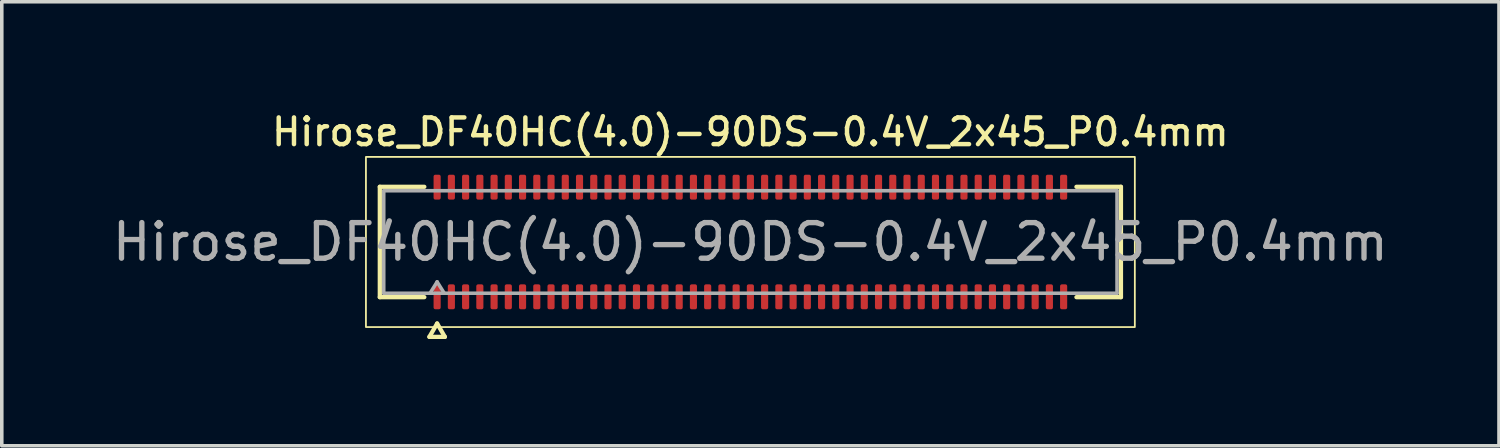
<source format=kicad_pcb>
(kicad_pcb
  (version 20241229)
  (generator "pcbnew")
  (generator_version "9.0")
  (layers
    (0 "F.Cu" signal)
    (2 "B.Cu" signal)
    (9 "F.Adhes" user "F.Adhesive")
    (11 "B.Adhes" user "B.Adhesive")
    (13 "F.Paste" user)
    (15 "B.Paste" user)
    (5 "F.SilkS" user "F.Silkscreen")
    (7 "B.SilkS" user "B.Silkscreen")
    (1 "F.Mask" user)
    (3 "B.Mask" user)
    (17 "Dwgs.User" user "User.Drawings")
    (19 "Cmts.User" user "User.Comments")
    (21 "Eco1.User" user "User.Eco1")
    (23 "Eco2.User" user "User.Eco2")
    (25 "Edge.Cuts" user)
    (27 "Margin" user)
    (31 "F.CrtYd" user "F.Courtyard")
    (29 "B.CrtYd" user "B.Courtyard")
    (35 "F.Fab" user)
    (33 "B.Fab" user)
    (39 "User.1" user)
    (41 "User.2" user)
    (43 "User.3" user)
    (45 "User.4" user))
  (footprint "Hirose_DF40HC(4.0)-90DS-0.4V_2x45_P0.4mm"
    (layer "F.Cu")
    (at 18.03 3.748)
    (property "Reference" "Hirose_DF40HC(4.0)-90DS-0.4V_2x45_P0.4mm" (at 0 -3.09 0) (layer "F.SilkS") (effects (font (size 0.75 0.75) (thickness 0.125))))
    (attr smd)
    (fp_line (start -10.41 -1.55) (end -9.16 -1.55) (stroke (width 0.12) (type solid)) (layer "F.SilkS"))
    (fp_line (start -10.41 1.55) (end -10.41 -1.55) (stroke (width 0.12) (type solid)) (layer "F.SilkS"))
    (fp_line (start -9.16 1.55) (end -10.41 1.55) (stroke (width 0.12) (type solid)) (layer "F.SilkS"))
    (fp_line (start -9.017 2.665) (end -8.8 2.29) (stroke (width 0.12) (type solid)) (layer "F.SilkS"))
    (fp_line (start -8.8 2.29) (end -8.583 2.665) (stroke (width 0.12) (type solid)) (layer "F.SilkS"))
    (fp_line (start -8.583 2.665) (end -9.017 2.665) (stroke (width 0.12) (type solid)) (layer "F.SilkS"))
    (fp_line (start 9.16 -1.55) (end 10.41 -1.55) (stroke (width 0.12) (type solid)) (layer "F.SilkS"))
    (fp_line (start 10.41 -1.55) (end 10.41 1.55) (stroke (width 0.12) (type solid)) (layer "F.SilkS"))
    (fp_line (start 10.41 1.55) (end 9.16 1.55) (stroke (width 0.12) (type solid)) (layer "F.SilkS"))
    (fp_rect (start -10.8 -2.39) (end 10.8 2.39) (stroke (width 0.05) (type solid)) (fill no) (layer "F.SilkS"))
    (fp_line (start -10.3 -1.44) (end 10.3 -1.44) (stroke (width 0.1) (type solid)) (layer "F.Fab"))
    (fp_line (start -10.3 1.44) (end -10.3 -1.44) (stroke (width 0.1) (type solid)) (layer "F.Fab"))
    (fp_line (start -9 1.44) (end -8.8 1.12) (stroke (width 0.1) (type solid)) (layer "F.Fab"))
    (fp_line (start -8.8 1.12) (end -8.6 1.44) (stroke (width 0.1) (type solid)) (layer "F.Fab"))
    (fp_line (start 10.3 -1.44) (end 10.3 1.44) (stroke (width 0.1) (type solid)) (layer "F.Fab"))
    (fp_line (start 10.3 1.44) (end -10.3 1.44) (stroke (width 0.1) (type solid)) (layer "F.Fab"))
    (fp_text user "${REFERENCE}" (at 0 0 0) (layer "F.Fab") (effects (font (size 1 1) (thickness 0.15))))
    (pad "1" smd roundrect (at -8.8 1.54) (size 0.2 0.7) (layers "F.Cu" "F.Mask" "F.Paste") (roundrect_rratio 0.25))
    (pad "2" smd roundrect (at -8.8 -1.54) (size 0.2 0.7) (layers "F.Cu" "F.Mask" "F.Paste") (roundrect_rratio 0.25))
    (pad "3" smd roundrect (at -8.4 1.54) (size 0.2 0.7) (layers "F.Cu" "F.Mask" "F.Paste") (roundrect_rratio 0.25))
    (pad "4" smd roundrect (at -8.4 -1.54) (size 0.2 0.7) (layers "F.Cu" "F.Mask" "F.Paste") (roundrect_rratio 0.25))
    (pad "5" smd roundrect (at -8 1.54) (size 0.2 0.7) (layers "F.Cu" "F.Mask" "F.Paste") (roundrect_rratio 0.25))
    (pad "6" smd roundrect (at -8 -1.54) (size 0.2 0.7) (layers "F.Cu" "F.Mask" "F.Paste") (roundrect_rratio 0.25))
    (pad "7" smd roundrect (at -7.6 1.54) (size 0.2 0.7) (layers "F.Cu" "F.Mask" "F.Paste") (roundrect_rratio 0.25))
    (pad "8" smd roundrect (at -7.6 -1.54) (size 0.2 0.7) (layers "F.Cu" "F.Mask" "F.Paste") (roundrect_rratio 0.25))
    (pad "9" smd roundrect (at -7.2 1.54) (size 0.2 0.7) (layers "F.Cu" "F.Mask" "F.Paste") (roundrect_rratio 0.25))
    (pad "10" smd roundrect (at -7.2 -1.54) (size 0.2 0.7) (layers "F.Cu" "F.Mask" "F.Paste") (roundrect_rratio 0.25))
    (pad "11" smd roundrect (at -6.8 1.54) (size 0.2 0.7) (layers "F.Cu" "F.Mask" "F.Paste") (roundrect_rratio 0.25))
    (pad "12" smd roundrect (at -6.8 -1.54) (size 0.2 0.7) (layers "F.Cu" "F.Mask" "F.Paste") (roundrect_rratio 0.25))
    (pad "13" smd roundrect (at -6.4 1.54) (size 0.2 0.7) (layers "F.Cu" "F.Mask" "F.Paste") (roundrect_rratio 0.25))
    (pad "14" smd roundrect (at -6.4 -1.54) (size 0.2 0.7) (layers "F.Cu" "F.Mask" "F.Paste") (roundrect_rratio 0.25))
    (pad "15" smd roundrect (at -6 1.54) (size 0.2 0.7) (layers "F.Cu" "F.Mask" "F.Paste") (roundrect_rratio 0.25))
    (pad "16" smd roundrect (at -6 -1.54) (size 0.2 0.7) (layers "F.Cu" "F.Mask" "F.Paste") (roundrect_rratio 0.25))
    (pad "17" smd roundrect (at -5.6 1.54) (size 0.2 0.7) (layers "F.Cu" "F.Mask" "F.Paste") (roundrect_rratio 0.25))
    (pad "18" smd roundrect (at -5.6 -1.54) (size 0.2 0.7) (layers "F.Cu" "F.Mask" "F.Paste") (roundrect_rratio 0.25))
    (pad "19" smd roundrect (at -5.2 1.54) (size 0.2 0.7) (layers "F.Cu" "F.Mask" "F.Paste") (roundrect_rratio 0.25))
    (pad "20" smd roundrect (at -5.2 -1.54) (size 0.2 0.7) (layers "F.Cu" "F.Mask" "F.Paste") (roundrect_rratio 0.25))
    (pad "21" smd roundrect (at -4.8 1.54) (size 0.2 0.7) (layers "F.Cu" "F.Mask" "F.Paste") (roundrect_rratio 0.25))
    (pad "22" smd roundrect (at -4.8 -1.54) (size 0.2 0.7) (layers "F.Cu" "F.Mask" "F.Paste") (roundrect_rratio 0.25))
    (pad "23" smd roundrect (at -4.4 1.54) (size 0.2 0.7) (layers "F.Cu" "F.Mask" "F.Paste") (roundrect_rratio 0.25))
    (pad "24" smd roundrect (at -4.4 -1.54) (size 0.2 0.7) (layers "F.Cu" "F.Mask" "F.Paste") (roundrect_rratio 0.25))
    (pad "25" smd roundrect (at -4 1.54) (size 0.2 0.7) (layers "F.Cu" "F.Mask" "F.Paste") (roundrect_rratio 0.25))
    (pad "26" smd roundrect (at -4 -1.54) (size 0.2 0.7) (layers "F.Cu" "F.Mask" "F.Paste") (roundrect_rratio 0.25))
    (pad "27" smd roundrect (at -3.6 1.54) (size 0.2 0.7) (layers "F.Cu" "F.Mask" "F.Paste") (roundrect_rratio 0.25))
    (pad "28" smd roundrect (at -3.6 -1.54) (size 0.2 0.7) (layers "F.Cu" "F.Mask" "F.Paste") (roundrect_rratio 0.25))
    (pad "29" smd roundrect (at -3.2 1.54) (size 0.2 0.7) (layers "F.Cu" "F.Mask" "F.Paste") (roundrect_rratio 0.25))
    (pad "30" smd roundrect (at -3.2 -1.54) (size 0.2 0.7) (layers "F.Cu" "F.Mask" "F.Paste") (roundrect_rratio 0.25))
    (pad "31" smd roundrect (at -2.8 1.54) (size 0.2 0.7) (layers "F.Cu" "F.Mask" "F.Paste") (roundrect_rratio 0.25))
    (pad "32" smd roundrect (at -2.8 -1.54) (size 0.2 0.7) (layers "F.Cu" "F.Mask" "F.Paste") (roundrect_rratio 0.25))
    (pad "33" smd roundrect (at -2.4 1.54) (size 0.2 0.7) (layers "F.Cu" "F.Mask" "F.Paste") (roundrect_rratio 0.25))
    (pad "34" smd roundrect (at -2.4 -1.54) (size 0.2 0.7) (layers "F.Cu" "F.Mask" "F.Paste") (roundrect_rratio 0.25))
    (pad "35" smd roundrect (at -2 1.54) (size 0.2 0.7) (layers "F.Cu" "F.Mask" "F.Paste") (roundrect_rratio 0.25))
    (pad "36" smd roundrect (at -2 -1.54) (size 0.2 0.7) (layers "F.Cu" "F.Mask" "F.Paste") (roundrect_rratio 0.25))
    (pad "37" smd roundrect (at -1.6 1.54) (size 0.2 0.7) (layers "F.Cu" "F.Mask" "F.Paste") (roundrect_rratio 0.25))
    (pad "38" smd roundrect (at -1.6 -1.54) (size 0.2 0.7) (layers "F.Cu" "F.Mask" "F.Paste") (roundrect_rratio 0.25))
    (pad "39" smd roundrect (at -1.2 1.54) (size 0.2 0.7) (layers "F.Cu" "F.Mask" "F.Paste") (roundrect_rratio 0.25))
    (pad "40" smd roundrect (at -1.2 -1.54) (size 0.2 0.7) (layers "F.Cu" "F.Mask" "F.Paste") (roundrect_rratio 0.25))
    (pad "41" smd roundrect (at -0.8 1.54) (size 0.2 0.7) (layers "F.Cu" "F.Mask" "F.Paste") (roundrect_rratio 0.25))
    (pad "42" smd roundrect (at -0.8 -1.54) (size 0.2 0.7) (layers "F.Cu" "F.Mask" "F.Paste") (roundrect_rratio 0.25))
    (pad "43" smd roundrect (at -0.4 1.54) (size 0.2 0.7) (layers "F.Cu" "F.Mask" "F.Paste") (roundrect_rratio 0.25))
    (pad "44" smd roundrect (at -0.4 -1.54) (size 0.2 0.7) (layers "F.Cu" "F.Mask" "F.Paste") (roundrect_rratio 0.25))
    (pad "45" smd roundrect (at 0 1.54) (size 0.2 0.7) (layers "F.Cu" "F.Mask" "F.Paste") (roundrect_rratio 0.25))
    (pad "46" smd roundrect (at 0 -1.54) (size 0.2 0.7) (layers "F.Cu" "F.Mask" "F.Paste") (roundrect_rratio 0.25))
    (pad "47" smd roundrect (at 0.4 1.54) (size 0.2 0.7) (layers "F.Cu" "F.Mask" "F.Paste") (roundrect_rratio 0.25))
    (pad "48" smd roundrect (at 0.4 -1.54) (size 0.2 0.7) (layers "F.Cu" "F.Mask" "F.Paste") (roundrect_rratio 0.25))
    (pad "49" smd roundrect (at 0.8 1.54) (size 0.2 0.7) (layers "F.Cu" "F.Mask" "F.Paste") (roundrect_rratio 0.25))
    (pad "50" smd roundrect (at 0.8 -1.54) (size 0.2 0.7) (layers "F.Cu" "F.Mask" "F.Paste") (roundrect_rratio 0.25))
    (pad "51" smd roundrect (at 1.2 1.54) (size 0.2 0.7) (layers "F.Cu" "F.Mask" "F.Paste") (roundrect_rratio 0.25))
    (pad "52" smd roundrect (at 1.2 -1.54) (size 0.2 0.7) (layers "F.Cu" "F.Mask" "F.Paste") (roundrect_rratio 0.25))
    (pad "53" smd roundrect (at 1.6 1.54) (size 0.2 0.7) (layers "F.Cu" "F.Mask" "F.Paste") (roundrect_rratio 0.25))
    (pad "54" smd roundrect (at 1.6 -1.54) (size 0.2 0.7) (layers "F.Cu" "F.Mask" "F.Paste") (roundrect_rratio 0.25))
    (pad "55" smd roundrect (at 2 1.54) (size 0.2 0.7) (layers "F.Cu" "F.Mask" "F.Paste") (roundrect_rratio 0.25))
    (pad "56" smd roundrect (at 2 -1.54) (size 0.2 0.7) (layers "F.Cu" "F.Mask" "F.Paste") (roundrect_rratio 0.25))
    (pad "57" smd roundrect (at 2.4 1.54) (size 0.2 0.7) (layers "F.Cu" "F.Mask" "F.Paste") (roundrect_rratio 0.25))
    (pad "58" smd roundrect (at 2.4 -1.54) (size 0.2 0.7) (layers "F.Cu" "F.Mask" "F.Paste") (roundrect_rratio 0.25))
    (pad "59" smd roundrect (at 2.8 1.54) (size 0.2 0.7) (layers "F.Cu" "F.Mask" "F.Paste") (roundrect_rratio 0.25))
    (pad "60" smd roundrect (at 2.8 -1.54) (size 0.2 0.7) (layers "F.Cu" "F.Mask" "F.Paste") (roundrect_rratio 0.25))
    (pad "61" smd roundrect (at 3.2 1.54) (size 0.2 0.7) (layers "F.Cu" "F.Mask" "F.Paste") (roundrect_rratio 0.25))
    (pad "62" smd roundrect (at 3.2 -1.54) (size 0.2 0.7) (layers "F.Cu" "F.Mask" "F.Paste") (roundrect_rratio 0.25))
    (pad "63" smd roundrect (at 3.6 1.54) (size 0.2 0.7) (layers "F.Cu" "F.Mask" "F.Paste") (roundrect_rratio 0.25))
    (pad "64" smd roundrect (at 3.6 -1.54) (size 0.2 0.7) (layers "F.Cu" "F.Mask" "F.Paste") (roundrect_rratio 0.25))
    (pad "65" smd roundrect (at 4 1.54) (size 0.2 0.7) (layers "F.Cu" "F.Mask" "F.Paste") (roundrect_rratio 0.25))
    (pad "66" smd roundrect (at 4 -1.54) (size 0.2 0.7) (layers "F.Cu" "F.Mask" "F.Paste") (roundrect_rratio 0.25))
    (pad "67" smd roundrect (at 4.4 1.54) (size 0.2 0.7) (layers "F.Cu" "F.Mask" "F.Paste") (roundrect_rratio 0.25))
    (pad "68" smd roundrect (at 4.4 -1.54) (size 0.2 0.7) (layers "F.Cu" "F.Mask" "F.Paste") (roundrect_rratio 0.25))
    (pad "69" smd roundrect (at 4.8 1.54) (size 0.2 0.7) (layers "F.Cu" "F.Mask" "F.Paste") (roundrect_rratio 0.25))
    (pad "70" smd roundrect (at 4.8 -1.54) (size 0.2 0.7) (layers "F.Cu" "F.Mask" "F.Paste") (roundrect_rratio 0.25))
    (pad "71" smd roundrect (at 5.2 1.54) (size 0.2 0.7) (layers "F.Cu" "F.Mask" "F.Paste") (roundrect_rratio 0.25))
    (pad "72" smd roundrect (at 5.2 -1.54) (size 0.2 0.7) (layers "F.Cu" "F.Mask" "F.Paste") (roundrect_rratio 0.25))
    (pad "73" smd roundrect (at 5.6 1.54) (size 0.2 0.7) (layers "F.Cu" "F.Mask" "F.Paste") (roundrect_rratio 0.25))
    (pad "74" smd roundrect (at 5.6 -1.54) (size 0.2 0.7) (layers "F.Cu" "F.Mask" "F.Paste") (roundrect_rratio 0.25))
    (pad "75" smd roundrect (at 6 1.54) (size 0.2 0.7) (layers "F.Cu" "F.Mask" "F.Paste") (roundrect_rratio 0.25))
    (pad "76" smd roundrect (at 6 -1.54) (size 0.2 0.7) (layers "F.Cu" "F.Mask" "F.Paste") (roundrect_rratio 0.25))
    (pad "77" smd roundrect (at 6.4 1.54) (size 0.2 0.7) (layers "F.Cu" "F.Mask" "F.Paste") (roundrect_rratio 0.25))
    (pad "78" smd roundrect (at 6.4 -1.54) (size 0.2 0.7) (layers "F.Cu" "F.Mask" "F.Paste") (roundrect_rratio 0.25))
    (pad "79" smd roundrect (at 6.8 1.54) (size 0.2 0.7) (layers "F.Cu" "F.Mask" "F.Paste") (roundrect_rratio 0.25))
    (pad "80" smd roundrect (at 6.8 -1.54) (size 0.2 0.7) (layers "F.Cu" "F.Mask" "F.Paste") (roundrect_rratio 0.25))
    (pad "81" smd roundrect (at 7.2 1.54) (size 0.2 0.7) (layers "F.Cu" "F.Mask" "F.Paste") (roundrect_rratio 0.25))
    (pad "82" smd roundrect (at 7.2 -1.54) (size 0.2 0.7) (layers "F.Cu" "F.Mask" "F.Paste") (roundrect_rratio 0.25))
    (pad "83" smd roundrect (at 7.6 1.54) (size 0.2 0.7) (layers "F.Cu" "F.Mask" "F.Paste") (roundrect_rratio 0.25))
    (pad "84" smd roundrect (at 7.6 -1.54) (size 0.2 0.7) (layers "F.Cu" "F.Mask" "F.Paste") (roundrect_rratio 0.25))
    (pad "85" smd roundrect (at 8 1.54) (size 0.2 0.7) (layers "F.Cu" "F.Mask" "F.Paste") (roundrect_rratio 0.25))
    (pad "86" smd roundrect (at 8 -1.54) (size 0.2 0.7) (layers "F.Cu" "F.Mask" "F.Paste") (roundrect_rratio 0.25))
    (pad "87" smd roundrect (at 8.4 1.54) (size 0.2 0.7) (layers "F.Cu" "F.Mask" "F.Paste") (roundrect_rratio 0.25))
    (pad "88" smd roundrect (at 8.4 -1.54) (size 0.2 0.7) (layers "F.Cu" "F.Mask" "F.Paste") (roundrect_rratio 0.25))
    (pad "89" smd roundrect (at 8.8 1.54) (size 0.2 0.7) (layers "F.Cu" "F.Mask" "F.Paste") (roundrect_rratio 0.25))
    (pad "90" smd roundrect (at 8.8 -1.54) (size 0.2 0.7) (layers "F.Cu" "F.Mask" "F.Paste") (roundrect_rratio 0.25)))
  (gr_rect
    (start -3 -3)
    (end 39.06 9.473)
    (stroke (width 0.1) (type default))
    (fill no)
    (layer "Edge.Cuts")))
</source>
